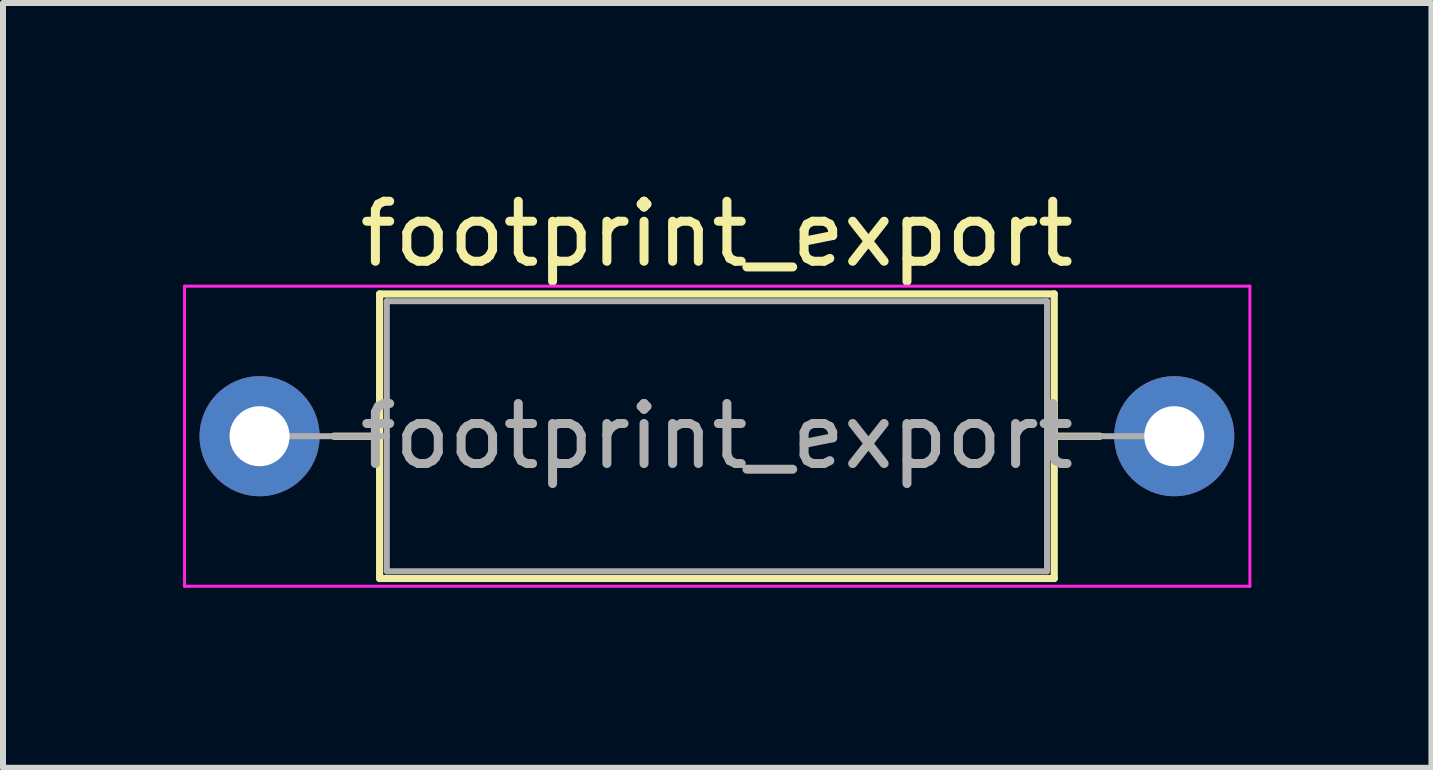
<source format=kicad_pcb>
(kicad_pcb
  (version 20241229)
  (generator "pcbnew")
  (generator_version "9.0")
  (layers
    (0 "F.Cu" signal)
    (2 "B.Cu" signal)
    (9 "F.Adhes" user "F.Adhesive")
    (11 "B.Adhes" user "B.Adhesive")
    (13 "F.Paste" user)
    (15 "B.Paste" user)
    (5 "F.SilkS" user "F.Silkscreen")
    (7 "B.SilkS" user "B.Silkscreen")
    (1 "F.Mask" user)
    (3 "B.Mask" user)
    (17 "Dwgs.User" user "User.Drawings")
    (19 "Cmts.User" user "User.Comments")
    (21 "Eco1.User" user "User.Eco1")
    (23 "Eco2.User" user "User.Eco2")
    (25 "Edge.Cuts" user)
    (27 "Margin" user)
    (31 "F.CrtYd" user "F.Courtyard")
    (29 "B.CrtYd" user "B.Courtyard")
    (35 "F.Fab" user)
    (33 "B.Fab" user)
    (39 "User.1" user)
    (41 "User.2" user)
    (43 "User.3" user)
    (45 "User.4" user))
  (footprint "footprint_export"
    (layer "F.Cu")
    (at 1.275 4.218)
    (property "Reference" "footprint_export" (at 7.62 -3.37 0) (layer "F.SilkS") (effects (font (size 1 1) (thickness 0.15))))
    (attr through_hole)
    (fp_line (start 1.24 0) (end 2 0) (stroke (width 0.12) (type solid)) (layer "F.SilkS"))
    (fp_line (start 2 -2.37) (end 2 2.37) (stroke (width 0.12) (type solid)) (layer "F.SilkS"))
    (fp_line (start 2 2.37) (end 13.24 2.37) (stroke (width 0.12) (type solid)) (layer "F.SilkS"))
    (fp_line (start 13.24 -2.37) (end 2 -2.37) (stroke (width 0.12) (type solid)) (layer "F.SilkS"))
    (fp_line (start 13.24 2.37) (end 13.24 -2.37) (stroke (width 0.12) (type solid)) (layer "F.SilkS"))
    (fp_line (start 14 0) (end 13.24 0) (stroke (width 0.12) (type solid)) (layer "F.SilkS"))
    (fp_line (start -1.25 -2.5) (end -1.25 2.5) (stroke (width 0.05) (type solid)) (layer "F.CrtYd"))
    (fp_line (start -1.25 2.5) (end 16.5 2.5) (stroke (width 0.05) (type solid)) (layer "F.CrtYd"))
    (fp_line (start 16.5 -2.5) (end -1.25 -2.5) (stroke (width 0.05) (type solid)) (layer "F.CrtYd"))
    (fp_line (start 16.5 2.5) (end 16.5 -2.5) (stroke (width 0.05) (type solid)) (layer "F.CrtYd"))
    (fp_line (start 0 0) (end 2.12 0) (stroke (width 0.1) (type solid)) (layer "F.Fab"))
    (fp_line (start 2.12 -2.25) (end 2.12 2.25) (stroke (width 0.1) (type solid)) (layer "F.Fab"))
    (fp_line (start 2.12 2.25) (end 13.12 2.25) (stroke (width 0.1) (type solid)) (layer "F.Fab"))
    (fp_line (start 13.12 -2.25) (end 2.12 -2.25) (stroke (width 0.1) (type solid)) (layer "F.Fab"))
    (fp_line (start 13.12 2.25) (end 13.12 -2.25) (stroke (width 0.1) (type solid)) (layer "F.Fab"))
    (fp_line (start 15.24 0) (end 13.12 0) (stroke (width 0.1) (type solid)) (layer "F.Fab"))
    (fp_text user "${REFERENCE}" (at 7.62 0 0) (layer "F.Fab") (effects (font (size 1 1) (thickness 0.15))))
    (pad "1" thru_hole circle (at 0 0) (size 2 2) (drill 1) (layers "*.Cu" "*.Mask"))
    (pad "2" thru_hole oval (at 15.24 0) (size 2 2) (drill 1) (layers "*.Cu" "*.Mask")))
  (gr_rect
    (start -3 -3)
    (end 20.8 9.743)
    (stroke (width 0.1) (type default))
    (fill no)
    (layer "Edge.Cuts")))
</source>
